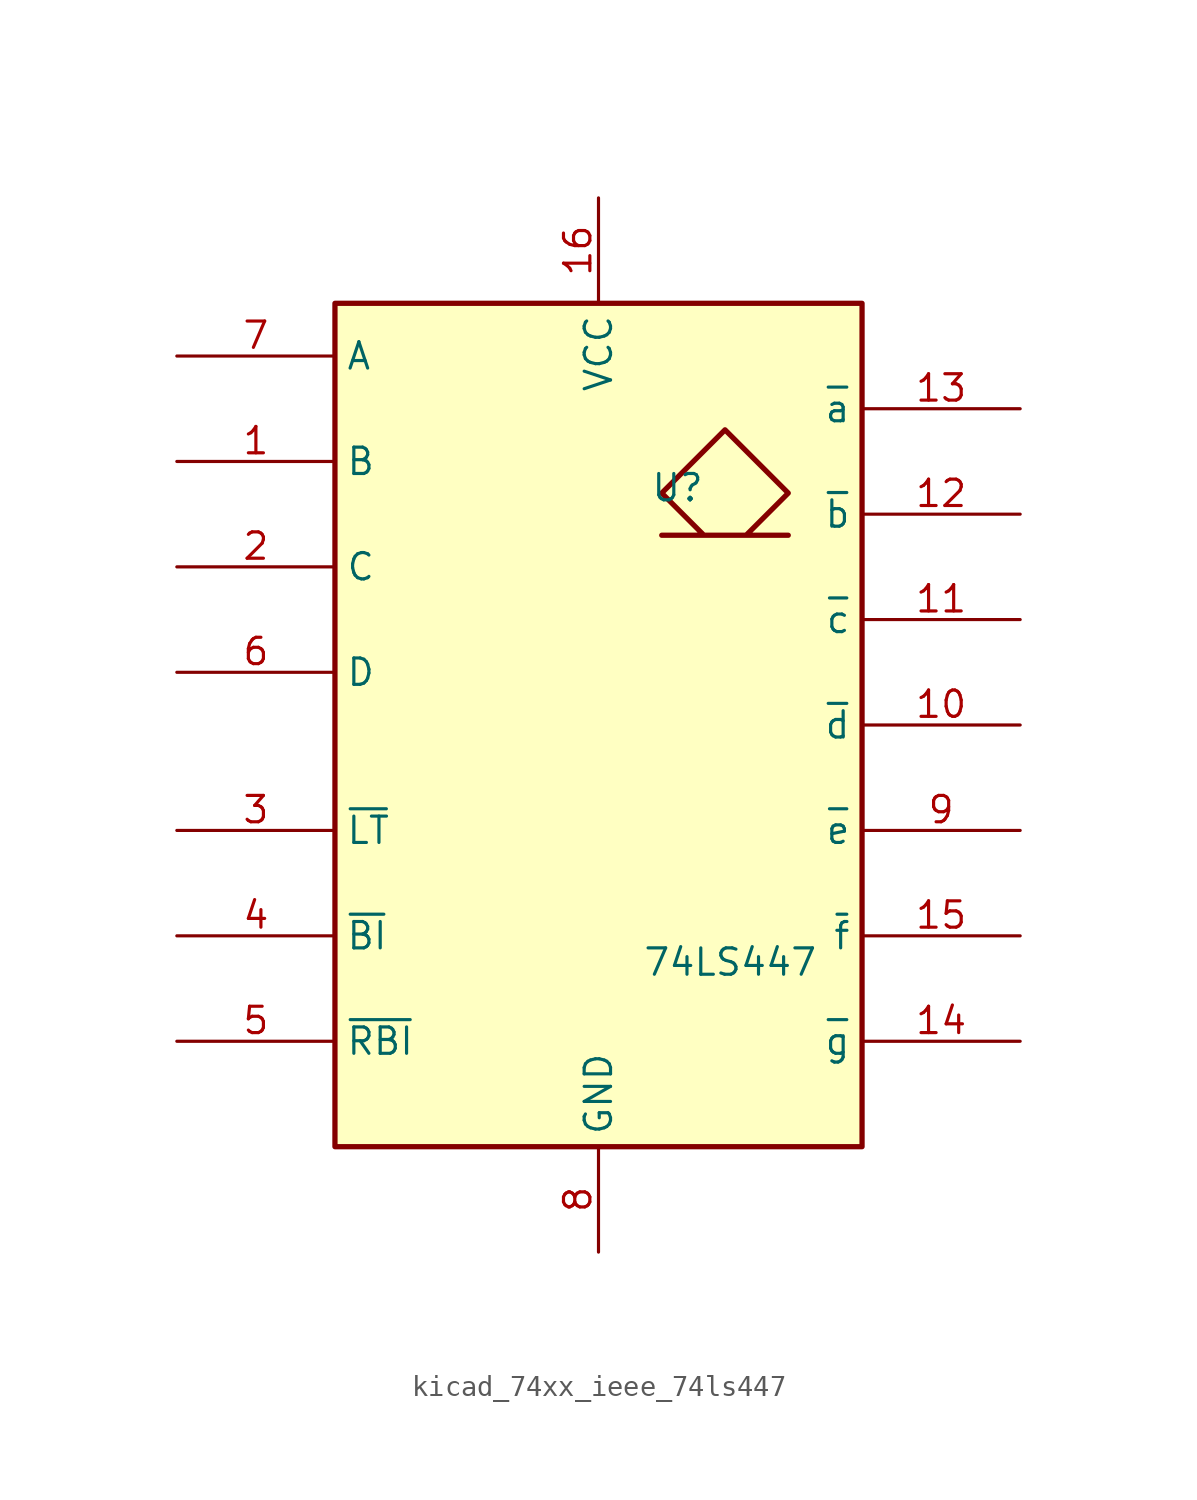
<source format=kicad_sym>
(kicad_symbol_lib
  (version 20220914)
  (generator kicad_symbol_editor)
  (symbol "kicad_74xx_ieee_74ls447"
    (property "Reference" "U"
      (at 3.81 11.43 0)
      (effects (font (size 1.27 1.27))))
    (property "Value" "74LS447"
      (at 6.35 -11.43 0)
      (effects (font (size 1.27 1.27))))
    (symbol "kicad_74xx_ieee_74ls447_0_0"
      (rectangle (start -12.7 20.32) (end 12.7 -20.32) (stroke (width 0.254) (type default)) (fill (type background)))
      (polyline (pts (xy 7.112 9.144) (xy 9.144 11.176) (xy 6.096 14.224) (xy 3.048 11.176) (xy 5.08 9.144) (xy 3.048 9.144) (xy 9.144 9.144) (xy 9.144 9.144)) (stroke (width 0.254) (type default)) (fill (type background)))
      (pin power_in line (at 0 25.4 270) (length 5.08) (name "VCC" (effects (font (size 1.27 1.27)))) (number "16" (effects (font (size 1.27 1.27)))))
      (pin power_in line (at 0 -25.4 90) (length 5.08) (name "GND" (effects (font (size 1.27 1.27)))) (number "8" (effects (font (size 1.27 1.27))))))
    (symbol "kicad_74xx_ieee_74ls447_1_1"
      (pin input line (at -20.32 12.7 0) (length 7.62) (name "B" (effects (font (size 1.27 1.27)))) (number "1" (effects (font (size 1.27 1.27)))))
      (pin open_collector line (at 20.32 0 180) (length 7.62) (name "~{d}" (effects (font (size 1.27 1.27)))) (number "10" (effects (font (size 1.27 1.27)))))
      (pin open_collector line (at 20.32 5.08 180) (length 7.62) (name "~{c}" (effects (font (size 1.27 1.27)))) (number "11" (effects (font (size 1.27 1.27)))))
      (pin open_collector line (at 20.32 10.16 180) (length 7.62) (name "~{b}" (effects (font (size 1.27 1.27)))) (number "12" (effects (font (size 1.27 1.27)))))
      (pin open_collector line (at 20.32 15.24 180) (length 7.62) (name "~{a}" (effects (font (size 1.27 1.27)))) (number "13" (effects (font (size 1.27 1.27)))))
      (pin open_collector line (at 20.32 -15.24 180) (length 7.62) (name "~{g}" (effects (font (size 1.27 1.27)))) (number "14" (effects (font (size 1.27 1.27)))))
      (pin open_collector line (at 20.32 -10.16 180) (length 7.62) (name "~{f}" (effects (font (size 1.27 1.27)))) (number "15" (effects (font (size 1.27 1.27)))))
      (pin input line (at -20.32 7.62 0) (length 7.62) (name "C" (effects (font (size 1.27 1.27)))) (number "2" (effects (font (size 1.27 1.27)))))
      (pin input line (at -20.32 -5.08 0) (length 7.62) (name "~{LT}" (effects (font (size 1.27 1.27)))) (number "3" (effects (font (size 1.27 1.27)))))
      (pin input line (at -20.32 -10.16 0) (length 7.62) (name "~{BI}" (effects (font (size 1.27 1.27)))) (number "4" (effects (font (size 1.27 1.27)))))
      (pin input line (at -20.32 -15.24 0) (length 7.62) (name "~{RBI}" (effects (font (size 1.27 1.27)))) (number "5" (effects (font (size 1.27 1.27)))))
      (pin input line (at -20.32 2.54 0) (length 7.62) (name "D" (effects (font (size 1.27 1.27)))) (number "6" (effects (font (size 1.27 1.27)))))
      (pin input line (at -20.32 17.78 0) (length 7.62) (name "A" (effects (font (size 1.27 1.27)))) (number "7" (effects (font (size 1.27 1.27)))))
      (pin open_collector line (at 20.32 -5.08 180) (length 7.62) (name "~{e}" (effects (font (size 1.27 1.27)))) (number "9" (effects (font (size 1.27 1.27))))))))
</source>
